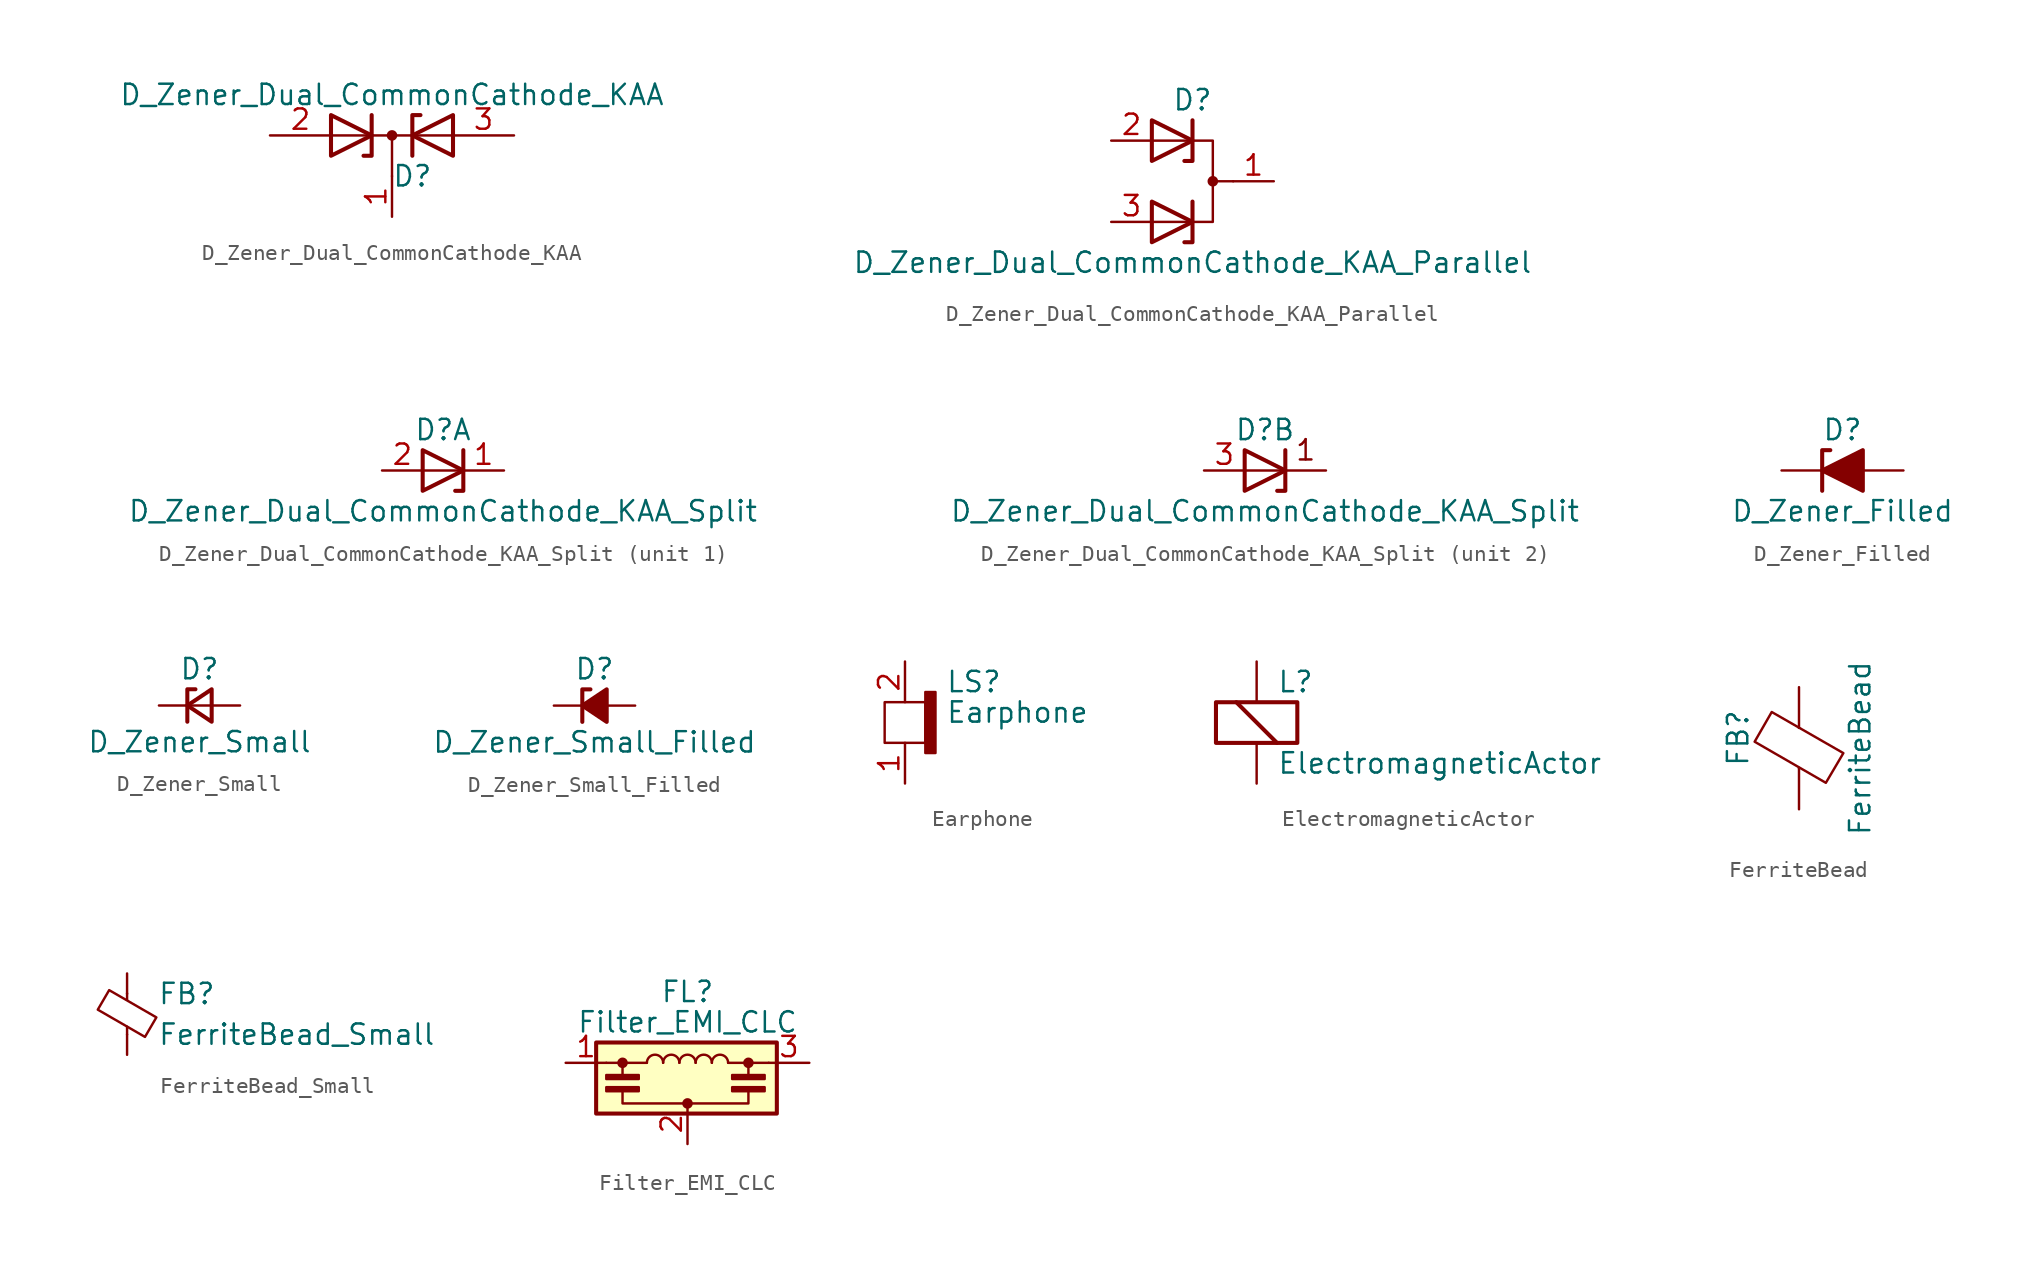
<source format=kicad_sym>
(kicad_symbol_lib
  (version 20201005)
  (generator kicad_symbol_editor)
  (symbol "D_Zener_Dual_CommonCathode_KAA"
    (pin_names
      (offset 0.762) hide)
    (property "Reference" "D"
      (at 1.27 -2.54 0)
      (effects (font (size 1.27 1.27))))
    (property "Value" "D_Zener_Dual_CommonCathode_KAA"
      (at 0 2.54 0)
      (effects (font (size 1.27 1.27))))
    (symbol "D_Zener_Dual_CommonCathode_KAA_0_1"
      (circle (center 0 0) (radius 0.254) (stroke (width 0)) (fill (type outline)))
      (polyline (pts (xy -3.81 0) (xy 3.81 0)) (stroke (width 0)) (fill (type none)))
      (polyline (pts (xy 0 0) (xy 0 -2.54)) (stroke (width 0)) (fill (type none)))
      (polyline (pts (xy -1.27 1.27) (xy -1.27 -1.27) (xy -1.778 -1.27)) (stroke (width 0.254)) (fill (type none)))
      (polyline (pts (xy 1.27 -1.27) (xy 1.27 1.27) (xy 1.778 1.27)) (stroke (width 0.254)) (fill (type none)))
      (polyline (pts (xy -3.81 1.27) (xy -1.27 0) (xy -3.81 -1.27) (xy -3.81 1.27) (xy -3.81 1.27) (xy -3.81 1.27)) (stroke (width 0.254)) (fill (type none)))
      (polyline (pts (xy 3.81 -1.27) (xy 1.27 0) (xy 3.81 1.27) (xy 3.81 -1.27) (xy 3.81 -1.27) (xy 3.81 -1.27)) (stroke (width 0.254)) (fill (type none)))
      (pin passive line (at 0 -5.08 90) (length 2.54) (name "K" (effects (font (size 1.27 1.27)))) (number "1" (effects (font (size 1.27 1.27)))))
      (pin passive line (at -7.62 0 0) (length 3.81) (name "A" (effects (font (size 1.27 1.27)))) (number "2" (effects (font (size 1.27 1.27)))))
      (pin passive line (at 7.62 0 180) (length 3.81) (name "A" (effects (font (size 1.27 1.27)))) (number "3" (effects (font (size 1.27 1.27)))))))
  (symbol "D_Zener_Dual_CommonCathode_KAA_Parallel"
    (pin_names
      (offset 0.762) hide)
    (property "Reference" "D"
      (at 0 5.08 0)
      (effects (font (size 1.27 1.27))))
    (property "Value" "D_Zener_Dual_CommonCathode_KAA_Parallel"
      (at 0 -5.08 0)
      (effects (font (size 1.27 1.27))))
    (symbol "D_Zener_Dual_CommonCathode_KAA_Parallel_0_0"
      (polyline (pts (xy 0 -1.27) (xy 0 -3.81) (xy -0.508 -3.81)) (stroke (width 0.254)) (fill (type none)))
      (polyline (pts (xy 0 3.81) (xy 0 1.27) (xy -0.508 1.27)) (stroke (width 0.254)) (fill (type none))))
    (symbol "D_Zener_Dual_CommonCathode_KAA_Parallel_0_1"
      (circle (center 1.27 0) (radius 0.254) (stroke (width 0)) (fill (type outline)))
      (polyline (pts (xy 1.27 0) (xy 2.54 0)) (stroke (width 0)) (fill (type none)))
      (polyline (pts (xy -2.54 -2.54) (xy 1.27 -2.54) (xy 1.27 2.54) (xy -2.54 2.54)) (stroke (width 0)) (fill (type none)))
      (polyline (pts (xy -2.54 -1.27) (xy 0 -2.54) (xy -2.54 -3.81) (xy -2.54 -1.27) (xy -2.54 -1.27) (xy -2.54 -1.27)) (stroke (width 0.254)) (fill (type none)))
      (polyline (pts (xy -2.54 3.81) (xy 0 2.54) (xy -2.54 1.27) (xy -2.54 3.81) (xy -2.54 3.81) (xy -2.54 3.81)) (stroke (width 0.254)) (fill (type none)))
      (pin passive line (at 5.08 0 180) (length 2.54) (name "A" (effects (font (size 1.27 1.27)))) (number "1" (effects (font (size 1.27 1.27)))))
      (pin passive line (at -5.08 2.54 0) (length 2.54) (name "K" (effects (font (size 1.27 1.27)))) (number "2" (effects (font (size 1.27 1.27)))))
      (pin passive line (at -5.08 -2.54 0) (length 2.54) (name "K" (effects (font (size 1.27 1.27)))) (number "3" (effects (font (size 1.27 1.27)))))))
  (symbol "D_Zener_Dual_CommonCathode_KAA_Split"
    (pin_names
      (offset 0.762) hide)
    (property "Reference" "D"
      (at 0 2.54 0)
      (effects (font (size 1.27 1.27))))
    (property "Value" "D_Zener_Dual_CommonCathode_KAA_Split"
      (at 0 -2.54 0)
      (effects (font (size 1.27 1.27))))
    (property "ki_locked" ""
      (at 0 0 0)
      (effects (font (size 1.27 1.27))))
    (symbol "D_Zener_Dual_CommonCathode_KAA_Split_0_0"
      (polyline (pts (xy 1.27 1.27) (xy 1.27 -1.27) (xy 0.762 -1.27)) (stroke (width 0.254)) (fill (type none))))
    (symbol "D_Zener_Dual_CommonCathode_KAA_Split_0_1"
      (polyline (pts (xy -1.27 1.27) (xy 1.27 0) (xy -1.27 -1.27) (xy -1.27 1.27) (xy -1.27 1.27) (xy -1.27 1.27)) (stroke (width 0.254)) (fill (type none))))
    (symbol "D_Zener_Dual_CommonCathode_KAA_Split_1_1"
      (polyline (pts (xy 1.27 0) (xy -1.27 0)) (stroke (width 0)) (fill (type none)))
      (pin passive line (at 3.81 0 180) (length 2.54) (name "K" (effects (font (size 1.27 1.27)))) (number "1" (effects (font (size 1.27 1.27)))))
      (pin passive line (at -3.81 0 0) (length 2.54) (name "A" (effects (font (size 1.27 1.27)))) (number "2" (effects (font (size 1.27 1.27))))))
    (symbol "D_Zener_Dual_CommonCathode_KAA_Split_2_0"
      (text "1" (at 2.54 1.27 0) (effects (font (size 1.27 1.27))))
      (polyline (pts (xy 3.81 0) (xy -1.27 0)) (stroke (width 0)) (fill (type none))))
    (symbol "D_Zener_Dual_CommonCathode_KAA_Split_2_1"
      (pin passive line (at -3.81 0 0) (length 2.54) (name "K" (effects (font (size 1.27 1.27)))) (number "3" (effects (font (size 1.27 1.27)))))))
  (symbol "D_Zener_Filled"
    (pin_numbers hide)
    (pin_names
      (offset 1.016) hide)
    (property "Reference" "D"
      (at 0 2.54 0)
      (effects (font (size 1.27 1.27))))
    (property "Value" "D_Zener_Filled"
      (at 0 -2.54 0)
      (effects (font (size 1.27 1.27))))
    (symbol "D_Zener_Filled_0_1"
      (polyline (pts (xy 1.27 0) (xy -1.27 0)) (stroke (width 0)) (fill (type none)))
      (polyline (pts (xy -1.27 -1.27) (xy -1.27 1.27) (xy -0.762 1.27)) (stroke (width 0.254)) (fill (type none)))
      (polyline (pts (xy 1.27 -1.27) (xy 1.27 1.27) (xy -1.27 0) (xy 1.27 -1.27)) (stroke (width 0.254)) (fill (type outline))))
    (symbol "D_Zener_Filled_1_1"
      (pin passive line (at -3.81 0 0) (length 2.54) (name "K" (effects (font (size 1.27 1.27)))) (number "1" (effects (font (size 1.27 1.27)))))
      (pin passive line (at 3.81 0 180) (length 2.54) (name "A" (effects (font (size 1.27 1.27)))) (number "2" (effects (font (size 1.27 1.27)))))))
  (symbol "D_Zener_Small"
    (pin_numbers hide)
    (pin_names
      (offset 0.254) hide)
    (property "Reference" "D"
      (at 0 2.286 0)
      (effects (font (size 1.27 1.27))))
    (property "Value" "D_Zener_Small"
      (at 0 -2.286 0)
      (effects (font (size 1.27 1.27))))
    (symbol "D_Zener_Small_0_1"
      (polyline (pts (xy 0.762 0) (xy -0.762 0)) (stroke (width 0)) (fill (type none)))
      (polyline (pts (xy -0.254 1.016) (xy -0.762 1.016) (xy -0.762 -1.016)) (stroke (width 0.254)) (fill (type none)))
      (polyline (pts (xy 0.762 1.016) (xy -0.762 0) (xy 0.762 -1.016) (xy 0.762 1.016)) (stroke (width 0.254)) (fill (type none))))
    (symbol "D_Zener_Small_1_1"
      (pin passive line (at -2.54 0 0) (length 1.778) (name "K" (effects (font (size 1.27 1.27)))) (number "1" (effects (font (size 1.27 1.27)))))
      (pin passive line (at 2.54 0 180) (length 1.778) (name "A" (effects (font (size 1.27 1.27)))) (number "2" (effects (font (size 1.27 1.27)))))))
  (symbol "D_Zener_Small_Filled"
    (pin_numbers hide)
    (pin_names
      (offset 0.254) hide)
    (property "Reference" "D"
      (at 0 2.286 0)
      (effects (font (size 1.27 1.27))))
    (property "Value" "D_Zener_Small_Filled"
      (at 0 -2.286 0)
      (effects (font (size 1.27 1.27))))
    (symbol "D_Zener_Small_Filled_0_1"
      (polyline (pts (xy 0.762 0) (xy -0.762 0)) (stroke (width 0)) (fill (type none)))
      (polyline (pts (xy -0.254 1.016) (xy -0.762 1.016) (xy -0.762 -1.016)) (stroke (width 0.254)) (fill (type none)))
      (polyline (pts (xy 0.762 1.016) (xy -0.762 0) (xy 0.762 -1.016) (xy 0.762 1.016)) (stroke (width 0.254)) (fill (type outline))))
    (symbol "D_Zener_Small_Filled_1_1"
      (pin passive line (at -2.54 0 0) (length 1.778) (name "K" (effects (font (size 1.27 1.27)))) (number "1" (effects (font (size 1.27 1.27)))))
      (pin passive line (at 2.54 0 180) (length 1.778) (name "A" (effects (font (size 1.27 1.27)))) (number "2" (effects (font (size 1.27 1.27)))))))
  (symbol "Earphone"
    (pin_names
      (offset 0.025) hide)
    (property "Reference" "LS"
      (at 2.54 3.81 0)
      (effects (font (size 1.27 1.27)) (justify left)))
    (property "Value" "Earphone"
      (at 2.54 1.905 0)
      (effects (font (size 1.27 1.27)) (justify left)))
    (symbol "Earphone_0_1"
      (rectangle (start 1.27 0) (end -1.27 2.54) (stroke (width 0)) (fill (type none)))
      (rectangle (start 1.27 -0.635) (end 1.905 3.175) (stroke (width 0)) (fill (type outline))))
    (symbol "Earphone_1_1"
      (pin passive line (at 0 -2.54 90) (length 2.54) (name "-" (effects (font (size 1.27 1.27)))) (number "1" (effects (font (size 1.27 1.27)))))
      (pin passive line (at 0 5.08 270) (length 2.54) (name "+" (effects (font (size 1.27 1.27)))) (number "2" (effects (font (size 1.27 1.27)))))))
  (symbol "ElectromagneticActor"
    (pin_numbers hide)
    (pin_names
      (offset 0.025) hide)
    (property "Reference" "L"
      (at 1.27 3.81 0)
      (effects (font (size 1.27 1.27)) (justify left)))
    (property "Value" "ElectromagneticActor"
      (at 1.27 -1.27 0)
      (effects (font (size 1.27 1.27)) (justify left)))
    (symbol "ElectromagneticActor_0_1"
      (rectangle (start -2.54 2.54) (end 2.54 0) (stroke (width 0.254)) (fill (type none)))
      (polyline (pts (xy -1.27 2.54) (xy 1.27 0)) (stroke (width 0.254)) (fill (type none))))
    (symbol "ElectromagneticActor_1_1"
      (pin passive line (at 0 5.08 270) (length 2.54) (name "-" (effects (font (size 1.27 1.27)))) (number "1" (effects (font (size 1.27 1.27)))))
      (pin passive line (at 0 -2.54 90) (length 2.54) (name "+" (effects (font (size 1.27 1.27)))) (number "2" (effects (font (size 1.27 1.27)))))))
  (symbol "FerriteBead"
    (pin_numbers hide)
    (pin_names
      (offset 0))
    (property "Reference" "FB"
      (at -3.81 0.635 90)
      (effects (font (size 1.27 1.27))))
    (property "Value" "FerriteBead"
      (at 3.81 0 90)
      (effects (font (size 1.27 1.27))))
    (symbol "FerriteBead_0_1"
      (polyline (pts (xy 0 -1.27) (xy 0 -1.219)) (stroke (width 0)) (fill (type none)))
      (polyline (pts (xy 0 1.27) (xy 0 1.295)) (stroke (width 0)) (fill (type none)))
      (polyline (pts (xy -2.769 0.406) (xy -1.702 2.261) (xy 2.769 -0.305) (xy 1.676 -2.159) (xy -2.769 0.406)) (stroke (width 0)) (fill (type none))))
    (symbol "FerriteBead_1_1"
      (pin passive line (at 0 3.81 270) (length 2.54) (name "~" (effects (font (size 1.27 1.27)))) (number "1" (effects (font (size 1.27 1.27)))))
      (pin passive line (at 0 -3.81 90) (length 2.54) (name "~" (effects (font (size 1.27 1.27)))) (number "2" (effects (font (size 1.27 1.27)))))))
  (symbol "FerriteBead_Small"
    (pin_numbers hide)
    (pin_names
      (offset 0))
    (property "Reference" "FB"
      (at 1.905 1.27 0)
      (effects (font (size 1.27 1.27)) (justify left)))
    (property "Value" "FerriteBead_Small"
      (at 1.905 -1.27 0)
      (effects (font (size 1.27 1.27)) (justify left)))
    (symbol "FerriteBead_Small_0_1"
      (polyline (pts (xy 0 -1.27) (xy 0 -0.787)) (stroke (width 0)) (fill (type none)))
      (polyline (pts (xy 0 0.889) (xy 0 1.295)) (stroke (width 0)) (fill (type none)))
      (polyline (pts (xy -1.829 0.279) (xy -1.118 1.499) (xy 1.829 -0.203) (xy 1.118 -1.422) (xy -1.829 0.279)) (stroke (width 0)) (fill (type none))))
    (symbol "FerriteBead_Small_1_1"
      (pin passive line (at 0 2.54 270) (length 1.27) (name "~" (effects (font (size 1.27 1.27)))) (number "1" (effects (font (size 1.27 1.27)))))
      (pin passive line (at 0 -2.54 90) (length 1.27) (name "~" (effects (font (size 1.27 1.27)))) (number "2" (effects (font (size 1.27 1.27)))))))
  (symbol "Filter_EMI_CLC"
    (pin_names
      (offset 0.254) hide)
    (property "Reference" "FL"
      (at 0 6.985 0)
      (effects (font (size 1.27 1.27))))
    (property "Value" "Filter_EMI_CLC"
      (at 0 5.08 0)
      (effects (font (size 1.27 1.27))))
    (symbol "Filter_EMI_CLC_0_1"
      (arc (start -1.524 2.54) (end -2.54 2.54) (radius (at -2.032 2.54) (length 0.508) (angles 0.1 179.9)) (stroke (width 0)) (fill (type none)))
      (arc (start -0.508 2.54) (end -1.524 2.54) (radius (at -1.016 2.54) (length 0.508) (angles 0.1 179.9)) (stroke (width 0)) (fill (type none)))
      (arc (start 0.508 2.54) (end -0.508 2.54) (radius (at 0 2.54) (length 0.508) (angles 0.1 179.9)) (stroke (width 0)) (fill (type none)))
      (arc (start 1.524 2.54) (end 0.508 2.54) (radius (at 1.016 2.54) (length 0.508) (angles 0.1 179.9)) (stroke (width 0)) (fill (type none)))
      (arc (start 2.54 2.54) (end 1.524 2.54) (radius (at 2.032 2.54) (length 0.508) (angles 0.1 179.9)) (stroke (width 0)) (fill (type none)))
      (circle (center -4.064 2.54) (radius 0.254) (stroke (width 0)) (fill (type outline)))
      (circle (center 0 0) (radius 0.254) (stroke (width 0)) (fill (type outline)))
      (circle (center 3.81 2.54) (radius 0.254) (stroke (width 0)) (fill (type outline)))
      (rectangle (start -5.08 0.762) (end -3.048 1.016) (stroke (width 0)) (fill (type outline)))
      (rectangle (start -3.048 1.524) (end -5.08 1.778) (stroke (width 0)) (fill (type outline)))
      (rectangle (start 2.794 0.762) (end 4.826 1.016) (stroke (width 0)) (fill (type outline)))
      (rectangle (start 4.826 1.524) (end 2.794 1.778) (stroke (width 0)) (fill (type outline)))
      (rectangle (start -5.715 3.81) (end 5.588 -0.635) (stroke (width 0.254)) (fill (type background)))
      (polyline (pts (xy -5.08 2.54) (xy -2.54 2.54)) (stroke (width 0)) (fill (type none)))
      (polyline (pts (xy -4.064 2.54) (xy -4.064 1.778)) (stroke (width 0)) (fill (type none)))
      (polyline (pts (xy 2.54 2.54) (xy 5.08 2.54)) (stroke (width 0)) (fill (type none)))
      (polyline (pts (xy 3.81 2.54) (xy 3.81 1.778)) (stroke (width 0)) (fill (type none)))
      (polyline (pts (xy -4.064 0.762) (xy -4.064 0) (xy 3.81 0) (xy 3.81 0.762)) (stroke (width 0)) (fill (type none))))
    (symbol "Filter_EMI_CLC_1_1"
      (pin passive line (at -7.62 2.54 0) (length 2.54) (name "1" (effects (font (size 1.27 1.27)))) (number "1" (effects (font (size 1.27 1.27)))))
      (pin passive line (at 0 -2.54 90) (length 2.54) (name "2" (effects (font (size 1.27 1.27)))) (number "2" (effects (font (size 1.27 1.27)))))
      (pin passive line (at 7.62 2.54 180) (length 2.54) (name "3" (effects (font (size 1.27 1.27)))) (number "3" (effects (font (size 1.27 1.27))))))))
</source>
